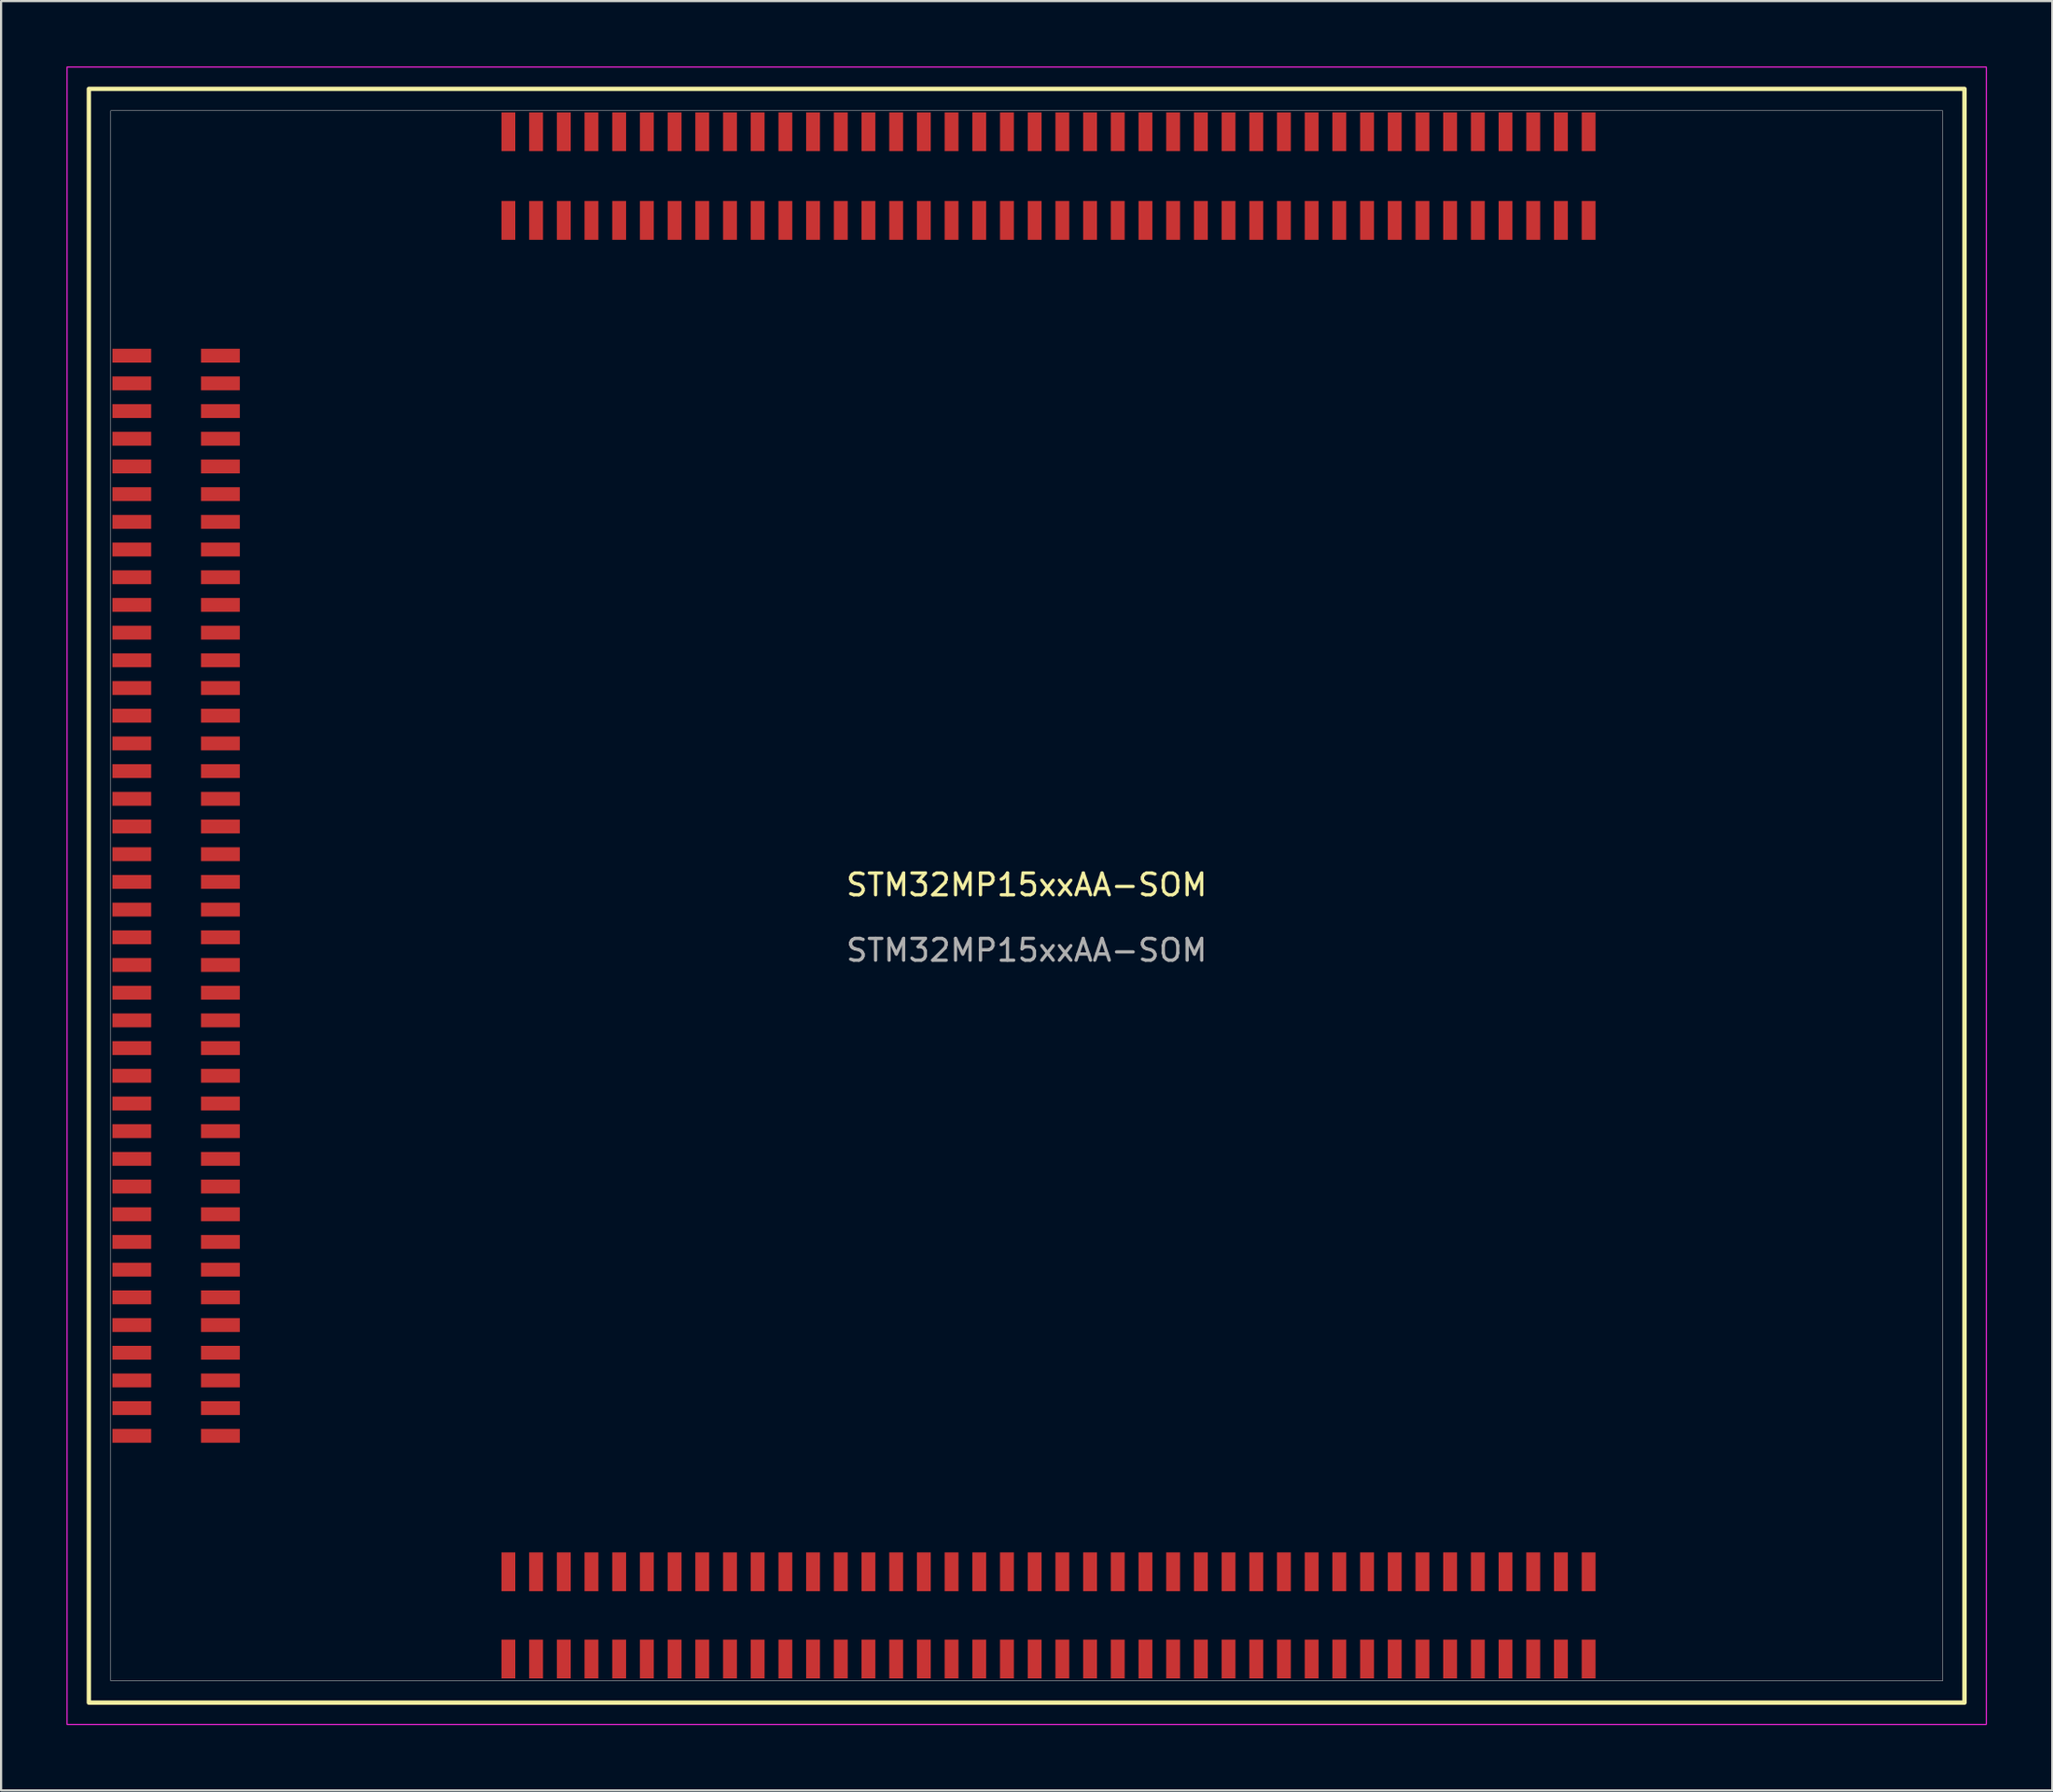
<source format=kicad_pcb>
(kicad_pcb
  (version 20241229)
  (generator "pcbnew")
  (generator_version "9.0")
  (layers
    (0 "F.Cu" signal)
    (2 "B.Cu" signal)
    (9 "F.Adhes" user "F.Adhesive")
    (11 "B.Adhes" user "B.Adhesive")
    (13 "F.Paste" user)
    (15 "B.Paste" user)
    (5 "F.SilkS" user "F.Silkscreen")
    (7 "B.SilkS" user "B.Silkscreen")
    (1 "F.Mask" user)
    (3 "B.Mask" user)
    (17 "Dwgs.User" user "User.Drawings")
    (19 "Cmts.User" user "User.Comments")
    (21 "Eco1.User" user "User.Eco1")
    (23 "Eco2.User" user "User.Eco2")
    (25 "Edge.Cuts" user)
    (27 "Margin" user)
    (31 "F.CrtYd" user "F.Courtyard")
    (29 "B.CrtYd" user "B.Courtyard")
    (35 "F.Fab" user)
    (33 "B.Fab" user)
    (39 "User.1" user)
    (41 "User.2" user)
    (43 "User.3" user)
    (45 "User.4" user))
  (footprint "STM32MP15xxAA-SOM"
    (layer "F.Cu")
    (at 44.025 38.025)
    (property "Reference" "STM32MP15xxAA-SOM" (at 0 -0.5 0) (unlocked yes) (layer "F.SilkS") (effects (font (size 1 1) (thickness 0.15))))
    (attr smd)
    (fp_rect (start -43 37) (end 43 -37) (stroke (width 0.2) (type solid)) (fill no) (layer "F.SilkS"))
    (fp_rect (start -44 38) (end 44 -38) (stroke (width 0.05) (type solid)) (fill no) (layer "F.CrtYd"))
    (fp_rect (start -42 36) (end 42 -36) (stroke (width 0.025) (type solid)) (fill no) (layer "F.Fab"))
    (fp_text user "${REFERENCE}" (at 0 2.5 0) (unlocked yes) (layer "F.Fab") (effects (font (size 1 1) (thickness 0.15))))
    (pad "A1" smd rect (at 25.765 -30.968) (size 0.635 1.778) (layers "F.Cu" "F.Mask" "F.Paste"))
    (pad "A2" smd rect (at 25.765 -35.032) (size 0.635 1.778) (layers "F.Cu" "F.Mask" "F.Paste"))
    (pad "A3" smd rect (at 24.495 -30.968) (size 0.635 1.778) (layers "F.Cu" "F.Mask" "F.Paste"))
    (pad "A4" smd rect (at 24.495 -35.032) (size 0.635 1.778) (layers "F.Cu" "F.Mask" "F.Paste"))
    (pad "A5" smd rect (at 23.225 -30.968) (size 0.635 1.778) (layers "F.Cu" "F.Mask" "F.Paste"))
    (pad "A6" smd rect (at 23.225 -35.032) (size 0.635 1.778) (layers "F.Cu" "F.Mask" "F.Paste"))
    (pad "A7" smd rect (at 21.955 -30.968) (size 0.635 1.778) (layers "F.Cu" "F.Mask" "F.Paste"))
    (pad "A8" smd rect (at 21.955 -35.032) (size 0.635 1.778) (layers "F.Cu" "F.Mask" "F.Paste"))
    (pad "A9" smd rect (at 20.685 -30.968) (size 0.635 1.778) (layers "F.Cu" "F.Mask" "F.Paste"))
    (pad "A10" smd rect (at 20.685 -35.032) (size 0.635 1.778) (layers "F.Cu" "F.Mask" "F.Paste"))
    (pad "A11" smd rect (at 19.415 -30.968) (size 0.635 1.778) (layers "F.Cu" "F.Mask" "F.Paste"))
    (pad "A12" smd rect (at 19.415 -35.032) (size 0.635 1.778) (layers "F.Cu" "F.Mask" "F.Paste"))
    (pad "A13" smd rect (at 18.145 -30.968) (size 0.635 1.778) (layers "F.Cu" "F.Mask" "F.Paste"))
    (pad "A14" smd rect (at 18.145 -35.032) (size 0.635 1.778) (layers "F.Cu" "F.Mask" "F.Paste"))
    (pad "A15" smd rect (at 16.875 -30.968) (size 0.635 1.778) (layers "F.Cu" "F.Mask" "F.Paste"))
    (pad "A16" smd rect (at 16.875 -35.032) (size 0.635 1.778) (layers "F.Cu" "F.Mask" "F.Paste"))
    (pad "A17" smd rect (at 15.605 -30.968) (size 0.635 1.778) (layers "F.Cu" "F.Mask" "F.Paste"))
    (pad "A18" smd rect (at 15.605 -35.032) (size 0.635 1.778) (layers "F.Cu" "F.Mask" "F.Paste"))
    (pad "A19" smd rect (at 14.335 -30.968) (size 0.635 1.778) (layers "F.Cu" "F.Mask" "F.Paste"))
    (pad "A20" smd rect (at 14.335 -35.032) (size 0.635 1.778) (layers "F.Cu" "F.Mask" "F.Paste"))
    (pad "A21" smd rect (at 13.065 -30.968) (size 0.635 1.778) (layers "F.Cu" "F.Mask" "F.Paste"))
    (pad "A22" smd rect (at 13.065 -35.032) (size 0.635 1.778) (layers "F.Cu" "F.Mask" "F.Paste"))
    (pad "A23" smd rect (at 11.795 -30.968) (size 0.635 1.778) (layers "F.Cu" "F.Mask" "F.Paste"))
    (pad "A24" smd rect (at 11.795 -35.032) (size 0.635 1.778) (layers "F.Cu" "F.Mask" "F.Paste"))
    (pad "A25" smd rect (at 10.525 -30.968) (size 0.635 1.778) (layers "F.Cu" "F.Mask" "F.Paste"))
    (pad "A26" smd rect (at 10.525 -35.032) (size 0.635 1.778) (layers "F.Cu" "F.Mask" "F.Paste"))
    (pad "A27" smd rect (at 9.255 -30.968) (size 0.635 1.778) (layers "F.Cu" "F.Mask" "F.Paste"))
    (pad "A28" smd rect (at 9.255 -35.032) (size 0.635 1.778) (layers "F.Cu" "F.Mask" "F.Paste"))
    (pad "A29" smd rect (at 7.985 -30.968) (size 0.635 1.778) (layers "F.Cu" "F.Mask" "F.Paste"))
    (pad "A30" smd rect (at 7.985 -35.032) (size 0.635 1.778) (layers "F.Cu" "F.Mask" "F.Paste"))
    (pad "A31" smd rect (at 6.715 -30.968) (size 0.635 1.778) (layers "F.Cu" "F.Mask" "F.Paste"))
    (pad "A32" smd rect (at 6.715 -35.032) (size 0.635 1.778) (layers "F.Cu" "F.Mask" "F.Paste"))
    (pad "A33" smd rect (at 5.445 -30.968) (size 0.635 1.778) (layers "F.Cu" "F.Mask" "F.Paste"))
    (pad "A34" smd rect (at 5.445 -35.032) (size 0.635 1.778) (layers "F.Cu" "F.Mask" "F.Paste"))
    (pad "A35" smd rect (at 4.175 -30.968) (size 0.635 1.778) (layers "F.Cu" "F.Mask" "F.Paste"))
    (pad "A36" smd rect (at 4.175 -35.032) (size 0.635 1.778) (layers "F.Cu" "F.Mask" "F.Paste"))
    (pad "A37" smd rect (at 2.905 -30.968) (size 0.635 1.778) (layers "F.Cu" "F.Mask" "F.Paste"))
    (pad "A38" smd rect (at 2.905 -35.032) (size 0.635 1.778) (layers "F.Cu" "F.Mask" "F.Paste"))
    (pad "A39" smd rect (at 1.635 -30.968) (size 0.635 1.778) (layers "F.Cu" "F.Mask" "F.Paste"))
    (pad "A40" smd rect (at 1.635 -35.032) (size 0.635 1.778) (layers "F.Cu" "F.Mask" "F.Paste"))
    (pad "A41" smd rect (at 0.365 -30.968) (size 0.635 1.778) (layers "F.Cu" "F.Mask" "F.Paste"))
    (pad "A42" smd rect (at 0.365 -35.032) (size 0.635 1.778) (layers "F.Cu" "F.Mask" "F.Paste"))
    (pad "A43" smd rect (at -0.905 -30.968) (size 0.635 1.778) (layers "F.Cu" "F.Mask" "F.Paste"))
    (pad "A44" smd rect (at -0.905 -35.032) (size 0.635 1.778) (layers "F.Cu" "F.Mask" "F.Paste"))
    (pad "A45" smd rect (at -2.175 -30.968) (size 0.635 1.778) (layers "F.Cu" "F.Mask" "F.Paste"))
    (pad "A46" smd rect (at -2.175 -35.032) (size 0.635 1.778) (layers "F.Cu" "F.Mask" "F.Paste"))
    (pad "A47" smd rect (at -3.445 -30.968) (size 0.635 1.778) (layers "F.Cu" "F.Mask" "F.Paste"))
    (pad "A48" smd rect (at -3.445 -35.032) (size 0.635 1.778) (layers "F.Cu" "F.Mask" "F.Paste"))
    (pad "A49" smd rect (at -4.715 -30.968) (size 0.635 1.778) (layers "F.Cu" "F.Mask" "F.Paste"))
    (pad "A50" smd rect (at -4.715 -35.032) (size 0.635 1.778) (layers "F.Cu" "F.Mask" "F.Paste"))
    (pad "A51" smd rect (at -5.985 -30.968) (size 0.635 1.778) (layers "F.Cu" "F.Mask" "F.Paste"))
    (pad "A52" smd rect (at -5.985 -35.032) (size 0.635 1.778) (layers "F.Cu" "F.Mask" "F.Paste"))
    (pad "A53" smd rect (at -7.255 -30.968) (size 0.635 1.778) (layers "F.Cu" "F.Mask" "F.Paste"))
    (pad "A54" smd rect (at -7.255 -35.032) (size 0.635 1.778) (layers "F.Cu" "F.Mask" "F.Paste"))
    (pad "A55" smd rect (at -8.525 -30.968) (size 0.635 1.778) (layers "F.Cu" "F.Mask" "F.Paste"))
    (pad "A56" smd rect (at -8.525 -35.032) (size 0.635 1.778) (layers "F.Cu" "F.Mask" "F.Paste"))
    (pad "A57" smd rect (at -9.795 -30.968) (size 0.635 1.778) (layers "F.Cu" "F.Mask" "F.Paste"))
    (pad "A58" smd rect (at -9.795 -35.032) (size 0.635 1.778) (layers "F.Cu" "F.Mask" "F.Paste"))
    (pad "A59" smd rect (at -11.065 -30.968) (size 0.635 1.778) (layers "F.Cu" "F.Mask" "F.Paste"))
    (pad "A60" smd rect (at -11.065 -35.032) (size 0.635 1.778) (layers "F.Cu" "F.Mask" "F.Paste"))
    (pad "A61" smd rect (at -12.335 -30.968) (size 0.635 1.778) (layers "F.Cu" "F.Mask" "F.Paste"))
    (pad "A62" smd rect (at -12.335 -35.032) (size 0.635 1.778) (layers "F.Cu" "F.Mask" "F.Paste"))
    (pad "A63" smd rect (at -13.605 -30.968) (size 0.635 1.778) (layers "F.Cu" "F.Mask" "F.Paste"))
    (pad "A64" smd rect (at -13.605 -35.032) (size 0.635 1.778) (layers "F.Cu" "F.Mask" "F.Paste"))
    (pad "A65" smd rect (at -14.875 -30.968) (size 0.635 1.778) (layers "F.Cu" "F.Mask" "F.Paste"))
    (pad "A66" smd rect (at -14.875 -35.032) (size 0.635 1.778) (layers "F.Cu" "F.Mask" "F.Paste"))
    (pad "A67" smd rect (at -16.145 -30.968) (size 0.635 1.778) (layers "F.Cu" "F.Mask" "F.Paste"))
    (pad "A68" smd rect (at -16.145 -35.032) (size 0.635 1.778) (layers "F.Cu" "F.Mask" "F.Paste"))
    (pad "A69" smd rect (at -17.415 -30.968) (size 0.635 1.778) (layers "F.Cu" "F.Mask" "F.Paste"))
    (pad "A70" smd rect (at -17.415 -35.032) (size 0.635 1.778) (layers "F.Cu" "F.Mask" "F.Paste"))
    (pad "A71" smd rect (at -18.685 -30.968) (size 0.635 1.778) (layers "F.Cu" "F.Mask" "F.Paste"))
    (pad "A72" smd rect (at -18.685 -35.032) (size 0.635 1.778) (layers "F.Cu" "F.Mask" "F.Paste"))
    (pad "A73" smd rect (at -19.955 -30.968) (size 0.635 1.778) (layers "F.Cu" "F.Mask" "F.Paste"))
    (pad "A74" smd rect (at -19.955 -35.032) (size 0.635 1.778) (layers "F.Cu" "F.Mask" "F.Paste"))
    (pad "A75" smd rect (at -21.225 -30.968) (size 0.635 1.778) (layers "F.Cu" "F.Mask" "F.Paste"))
    (pad "A76" smd rect (at -21.225 -35.032) (size 0.635 1.778) (layers "F.Cu" "F.Mask" "F.Paste"))
    (pad "A77" smd rect (at -22.495 -30.968) (size 0.635 1.778) (layers "F.Cu" "F.Mask" "F.Paste"))
    (pad "A78" smd rect (at -22.495 -35.032) (size 0.635 1.778) (layers "F.Cu" "F.Mask" "F.Paste"))
    (pad "A79" smd rect (at -23.765 -30.968) (size 0.635 1.778) (layers "F.Cu" "F.Mask" "F.Paste"))
    (pad "A80" smd rect (at -23.765 -35.032) (size 0.635 1.778) (layers "F.Cu" "F.Mask" "F.Paste"))
    (pad "B1" smd rect (at -36.968 -24.765) (size 1.778 0.635) (layers "F.Cu" "F.Mask" "F.Paste"))
    (pad "B2" smd rect (at -41.032 -24.765) (size 1.778 0.635) (layers "F.Cu" "F.Mask" "F.Paste"))
    (pad "B3" smd rect (at -36.968 -23.495) (size 1.778 0.635) (layers "F.Cu" "F.Mask" "F.Paste"))
    (pad "B4" smd rect (at -41.032 -23.495) (size 1.778 0.635) (layers "F.Cu" "F.Mask" "F.Paste"))
    (pad "B5" smd rect (at -36.968 -22.225) (size 1.778 0.635) (layers "F.Cu" "F.Mask" "F.Paste"))
    (pad "B6" smd rect (at -41.032 -22.225) (size 1.778 0.635) (layers "F.Cu" "F.Mask" "F.Paste"))
    (pad "B7" smd rect (at -36.968 -20.955) (size 1.778 0.635) (layers "F.Cu" "F.Mask" "F.Paste"))
    (pad "B8" smd rect (at -41.032 -20.955) (size 1.778 0.635) (layers "F.Cu" "F.Mask" "F.Paste"))
    (pad "B9" smd rect (at -36.968 -19.685) (size 1.778 0.635) (layers "F.Cu" "F.Mask" "F.Paste"))
    (pad "B10" smd rect (at -41.032 -19.685) (size 1.778 0.635) (layers "F.Cu" "F.Mask" "F.Paste"))
    (pad "B11" smd rect (at -36.968 -18.415) (size 1.778 0.635) (layers "F.Cu" "F.Mask" "F.Paste"))
    (pad "B12" smd rect (at -41.032 -18.415) (size 1.778 0.635) (layers "F.Cu" "F.Mask" "F.Paste"))
    (pad "B13" smd rect (at -36.968 -17.145) (size 1.778 0.635) (layers "F.Cu" "F.Mask" "F.Paste"))
    (pad "B14" smd rect (at -41.032 -17.145) (size 1.778 0.635) (layers "F.Cu" "F.Mask" "F.Paste"))
    (pad "B15" smd rect (at -36.968 -15.875) (size 1.778 0.635) (layers "F.Cu" "F.Mask" "F.Paste"))
    (pad "B16" smd rect (at -41.032 -15.875) (size 1.778 0.635) (layers "F.Cu" "F.Mask" "F.Paste"))
    (pad "B17" smd rect (at -36.968 -14.605) (size 1.778 0.635) (layers "F.Cu" "F.Mask" "F.Paste"))
    (pad "B18" smd rect (at -41.032 -14.605) (size 1.778 0.635) (layers "F.Cu" "F.Mask" "F.Paste"))
    (pad "B19" smd rect (at -36.968 -13.335) (size 1.778 0.635) (layers "F.Cu" "F.Mask" "F.Paste"))
    (pad "B20" smd rect (at -41.032 -13.335) (size 1.778 0.635) (layers "F.Cu" "F.Mask" "F.Paste"))
    (pad "B21" smd rect (at -36.968 -12.065) (size 1.778 0.635) (layers "F.Cu" "F.Mask" "F.Paste"))
    (pad "B22" smd rect (at -41.032 -12.065) (size 1.778 0.635) (layers "F.Cu" "F.Mask" "F.Paste"))
    (pad "B23" smd rect (at -36.968 -10.795) (size 1.778 0.635) (layers "F.Cu" "F.Mask" "F.Paste"))
    (pad "B24" smd rect (at -41.032 -10.795) (size 1.778 0.635) (layers "F.Cu" "F.Mask" "F.Paste"))
    (pad "B25" smd rect (at -36.968 -9.525) (size 1.778 0.635) (layers "F.Cu" "F.Mask" "F.Paste"))
    (pad "B26" smd rect (at -41.032 -9.525) (size 1.778 0.635) (layers "F.Cu" "F.Mask" "F.Paste"))
    (pad "B27" smd rect (at -36.968 -8.255) (size 1.778 0.635) (layers "F.Cu" "F.Mask" "F.Paste"))
    (pad "B28" smd rect (at -41.032 -8.255) (size 1.778 0.635) (layers "F.Cu" "F.Mask" "F.Paste"))
    (pad "B29" smd rect (at -36.968 -6.985) (size 1.778 0.635) (layers "F.Cu" "F.Mask" "F.Paste"))
    (pad "B30" smd rect (at -41.032 -6.985) (size 1.778 0.635) (layers "F.Cu" "F.Mask" "F.Paste"))
    (pad "B31" smd rect (at -36.968 -5.715) (size 1.778 0.635) (layers "F.Cu" "F.Mask" "F.Paste"))
    (pad "B32" smd rect (at -41.032 -5.715) (size 1.778 0.635) (layers "F.Cu" "F.Mask" "F.Paste"))
    (pad "B33" smd rect (at -36.968 -4.445) (size 1.778 0.635) (layers "F.Cu" "F.Mask" "F.Paste"))
    (pad "B34" smd rect (at -41.032 -4.445) (size 1.778 0.635) (layers "F.Cu" "F.Mask" "F.Paste"))
    (pad "B35" smd rect (at -36.968 -3.175) (size 1.778 0.635) (layers "F.Cu" "F.Mask" "F.Paste"))
    (pad "B36" smd rect (at -41.032 -3.175) (size 1.778 0.635) (layers "F.Cu" "F.Mask" "F.Paste"))
    (pad "B37" smd rect (at -36.968 -1.905) (size 1.778 0.635) (layers "F.Cu" "F.Mask" "F.Paste"))
    (pad "B38" smd rect (at -41.032 -1.905) (size 1.778 0.635) (layers "F.Cu" "F.Mask" "F.Paste"))
    (pad "B39" smd rect (at -36.968 -0.635) (size 1.778 0.635) (layers "F.Cu" "F.Mask" "F.Paste"))
    (pad "B40" smd rect (at -41.032 -0.635) (size 1.778 0.635) (layers "F.Cu" "F.Mask" "F.Paste"))
    (pad "B41" smd rect (at -36.968 0.635) (size 1.778 0.635) (layers "F.Cu" "F.Mask" "F.Paste"))
    (pad "B42" smd rect (at -41.032 0.635) (size 1.778 0.635) (layers "F.Cu" "F.Mask" "F.Paste"))
    (pad "B43" smd rect (at -36.968 1.905) (size 1.778 0.635) (layers "F.Cu" "F.Mask" "F.Paste"))
    (pad "B44" smd rect (at -41.032 1.905) (size 1.778 0.635) (layers "F.Cu" "F.Mask" "F.Paste"))
    (pad "B45" smd rect (at -36.968 3.175) (size 1.778 0.635) (layers "F.Cu" "F.Mask" "F.Paste"))
    (pad "B46" smd rect (at -41.032 3.175) (size 1.778 0.635) (layers "F.Cu" "F.Mask" "F.Paste"))
    (pad "B47" smd rect (at -36.968 4.445) (size 1.778 0.635) (layers "F.Cu" "F.Mask" "F.Paste"))
    (pad "B48" smd rect (at -41.032 4.445) (size 1.778 0.635) (layers "F.Cu" "F.Mask" "F.Paste"))
    (pad "B49" smd rect (at -36.968 5.715) (size 1.778 0.635) (layers "F.Cu" "F.Mask" "F.Paste"))
    (pad "B50" smd rect (at -41.032 5.715) (size 1.778 0.635) (layers "F.Cu" "F.Mask" "F.Paste"))
    (pad "B51" smd rect (at -36.968 6.985) (size 1.778 0.635) (layers "F.Cu" "F.Mask" "F.Paste"))
    (pad "B52" smd rect (at -41.032 6.985) (size 1.778 0.635) (layers "F.Cu" "F.Mask" "F.Paste"))
    (pad "B53" smd rect (at -36.968 8.255) (size 1.778 0.635) (layers "F.Cu" "F.Mask" "F.Paste"))
    (pad "B54" smd rect (at -41.032 8.255) (size 1.778 0.635) (layers "F.Cu" "F.Mask" "F.Paste"))
    (pad "B55" smd rect (at -36.968 9.525) (size 1.778 0.635) (layers "F.Cu" "F.Mask" "F.Paste"))
    (pad "B56" smd rect (at -41.032 9.525) (size 1.778 0.635) (layers "F.Cu" "F.Mask" "F.Paste"))
    (pad "B57" smd rect (at -36.968 10.795) (size 1.778 0.635) (layers "F.Cu" "F.Mask" "F.Paste"))
    (pad "B58" smd rect (at -41.032 10.795) (size 1.778 0.635) (layers "F.Cu" "F.Mask" "F.Paste"))
    (pad "B59" smd rect (at -36.968 12.065) (size 1.778 0.635) (layers "F.Cu" "F.Mask" "F.Paste"))
    (pad "B60" smd rect (at -41.032 12.065) (size 1.778 0.635) (layers "F.Cu" "F.Mask" "F.Paste"))
    (pad "B61" smd rect (at -36.968 13.335) (size 1.778 0.635) (layers "F.Cu" "F.Mask" "F.Paste"))
    (pad "B62" smd rect (at -41.032 13.335) (size 1.778 0.635) (layers "F.Cu" "F.Mask" "F.Paste"))
    (pad "B63" smd rect (at -36.968 14.605) (size 1.778 0.635) (layers "F.Cu" "F.Mask" "F.Paste"))
    (pad "B64" smd rect (at -41.032 14.605) (size 1.778 0.635) (layers "F.Cu" "F.Mask" "F.Paste"))
    (pad "B65" smd rect (at -36.968 15.875) (size 1.778 0.635) (layers "F.Cu" "F.Mask" "F.Paste"))
    (pad "B66" smd rect (at -41.032 15.875) (size 1.778 0.635) (layers "F.Cu" "F.Mask" "F.Paste"))
    (pad "B67" smd rect (at -36.968 17.145) (size 1.778 0.635) (layers "F.Cu" "F.Mask" "F.Paste"))
    (pad "B68" smd rect (at -41.032 17.145) (size 1.778 0.635) (layers "F.Cu" "F.Mask" "F.Paste"))
    (pad "B69" smd rect (at -36.968 18.415) (size 1.778 0.635) (layers "F.Cu" "F.Mask" "F.Paste"))
    (pad "B70" smd rect (at -41.032 18.415) (size 1.778 0.635) (layers "F.Cu" "F.Mask" "F.Paste"))
    (pad "B71" smd rect (at -36.968 19.685) (size 1.778 0.635) (layers "F.Cu" "F.Mask" "F.Paste"))
    (pad "B72" smd rect (at -41.032 19.685) (size 1.778 0.635) (layers "F.Cu" "F.Mask" "F.Paste"))
    (pad "B73" smd rect (at -36.968 20.955) (size 1.778 0.635) (layers "F.Cu" "F.Mask" "F.Paste"))
    (pad "B74" smd rect (at -41.032 20.955) (size 1.778 0.635) (layers "F.Cu" "F.Mask" "F.Paste"))
    (pad "B75" smd rect (at -36.968 22.225) (size 1.778 0.635) (layers "F.Cu" "F.Mask" "F.Paste"))
    (pad "B76" smd rect (at -41.032 22.225) (size 1.778 0.635) (layers "F.Cu" "F.Mask" "F.Paste"))
    (pad "B77" smd rect (at -36.968 23.495) (size 1.778 0.635) (layers "F.Cu" "F.Mask" "F.Paste"))
    (pad "B78" smd rect (at -41.032 23.495) (size 1.778 0.635) (layers "F.Cu" "F.Mask" "F.Paste"))
    (pad "B79" smd rect (at -36.968 24.765) (size 1.778 0.635) (layers "F.Cu" "F.Mask" "F.Paste"))
    (pad "B80" smd rect (at -41.032 24.765) (size 1.778 0.635) (layers "F.Cu" "F.Mask" "F.Paste"))
    (pad "C1" smd rect (at -23.765 31) (size 0.635 1.778) (layers "F.Cu" "F.Mask" "F.Paste"))
    (pad "C2" smd rect (at -23.765 35) (size 0.635 1.778) (layers "F.Cu" "F.Mask" "F.Paste"))
    (pad "C3" smd rect (at -22.495 31) (size 0.635 1.778) (layers "F.Cu" "F.Mask" "F.Paste"))
    (pad "C4" smd rect (at -22.495 35) (size 0.635 1.778) (layers "F.Cu" "F.Mask" "F.Paste"))
    (pad "C5" smd rect (at -21.225 31) (size 0.635 1.778) (layers "F.Cu" "F.Mask" "F.Paste"))
    (pad "C6" smd rect (at -21.225 35) (size 0.635 1.778) (layers "F.Cu" "F.Mask" "F.Paste"))
    (pad "C7" smd rect (at -19.955 31) (size 0.635 1.778) (layers "F.Cu" "F.Mask" "F.Paste"))
    (pad "C8" smd rect (at -19.955 35) (size 0.635 1.778) (layers "F.Cu" "F.Mask" "F.Paste"))
    (pad "C9" smd rect (at -18.685 31) (size 0.635 1.778) (layers "F.Cu" "F.Mask" "F.Paste"))
    (pad "C10" smd rect (at -18.685 35) (size 0.635 1.778) (layers "F.Cu" "F.Mask" "F.Paste"))
    (pad "C11" smd rect (at -17.415 31) (size 0.635 1.778) (layers "F.Cu" "F.Mask" "F.Paste"))
    (pad "C12" smd rect (at -17.415 35) (size 0.635 1.778) (layers "F.Cu" "F.Mask" "F.Paste"))
    (pad "C13" smd rect (at -16.145 31) (size 0.635 1.778) (layers "F.Cu" "F.Mask" "F.Paste"))
    (pad "C14" smd rect (at -16.145 35) (size 0.635 1.778) (layers "F.Cu" "F.Mask" "F.Paste"))
    (pad "C15" smd rect (at -14.875 31) (size 0.635 1.778) (layers "F.Cu" "F.Mask" "F.Paste"))
    (pad "C16" smd rect (at -14.875 35) (size 0.635 1.778) (layers "F.Cu" "F.Mask" "F.Paste"))
    (pad "C17" smd rect (at -13.605 31) (size 0.635 1.778) (layers "F.Cu" "F.Mask" "F.Paste"))
    (pad "C18" smd rect (at -13.605 35) (size 0.635 1.778) (layers "F.Cu" "F.Mask" "F.Paste"))
    (pad "C19" smd rect (at -12.335 31) (size 0.635 1.778) (layers "F.Cu" "F.Mask" "F.Paste"))
    (pad "C20" smd rect (at -12.335 35) (size 0.635 1.778) (layers "F.Cu" "F.Mask" "F.Paste"))
    (pad "C21" smd rect (at -11.065 31) (size 0.635 1.778) (layers "F.Cu" "F.Mask" "F.Paste"))
    (pad "C22" smd rect (at -11.065 35) (size 0.635 1.778) (layers "F.Cu" "F.Mask" "F.Paste"))
    (pad "C23" smd rect (at -9.795 31) (size 0.635 1.778) (layers "F.Cu" "F.Mask" "F.Paste"))
    (pad "C24" smd rect (at -9.795 35) (size 0.635 1.778) (layers "F.Cu" "F.Mask" "F.Paste"))
    (pad "C25" smd rect (at -8.525 31) (size 0.635 1.778) (layers "F.Cu" "F.Mask" "F.Paste"))
    (pad "C26" smd rect (at -8.525 35) (size 0.635 1.778) (layers "F.Cu" "F.Mask" "F.Paste"))
    (pad "C27" smd rect (at -7.255 31) (size 0.635 1.778) (layers "F.Cu" "F.Mask" "F.Paste"))
    (pad "C28" smd rect (at -7.255 35) (size 0.635 1.778) (layers "F.Cu" "F.Mask" "F.Paste"))
    (pad "C29" smd rect (at -5.985 31) (size 0.635 1.778) (layers "F.Cu" "F.Mask" "F.Paste"))
    (pad "C30" smd rect (at -5.985 35) (size 0.635 1.778) (layers "F.Cu" "F.Mask" "F.Paste"))
    (pad "C31" smd rect (at -4.715 31) (size 0.635 1.778) (layers "F.Cu" "F.Mask" "F.Paste"))
    (pad "C32" smd rect (at -4.715 35) (size 0.635 1.778) (layers "F.Cu" "F.Mask" "F.Paste"))
    (pad "C33" smd rect (at -3.445 31) (size 0.635 1.778) (layers "F.Cu" "F.Mask" "F.Paste"))
    (pad "C34" smd rect (at -3.445 35) (size 0.635 1.778) (layers "F.Cu" "F.Mask" "F.Paste"))
    (pad "C35" smd rect (at -2.175 31) (size 0.635 1.778) (layers "F.Cu" "F.Mask" "F.Paste"))
    (pad "C36" smd rect (at -2.175 35) (size 0.635 1.778) (layers "F.Cu" "F.Mask" "F.Paste"))
    (pad "C37" smd rect (at -0.905 31) (size 0.635 1.778) (layers "F.Cu" "F.Mask" "F.Paste"))
    (pad "C38" smd rect (at -0.905 35) (size 0.635 1.778) (layers "F.Cu" "F.Mask" "F.Paste"))
    (pad "C39" smd rect (at 0.365 31) (size 0.635 1.778) (layers "F.Cu" "F.Mask" "F.Paste"))
    (pad "C40" smd rect (at 0.365 35) (size 0.635 1.778) (layers "F.Cu" "F.Mask" "F.Paste"))
    (pad "C41" smd rect (at 1.635 31) (size 0.635 1.778) (layers "F.Cu" "F.Mask" "F.Paste"))
    (pad "C42" smd rect (at 1.635 35) (size 0.635 1.778) (layers "F.Cu" "F.Mask" "F.Paste"))
    (pad "C43" smd rect (at 2.905 31) (size 0.635 1.778) (layers "F.Cu" "F.Mask" "F.Paste"))
    (pad "C44" smd rect (at 2.905 35) (size 0.635 1.778) (layers "F.Cu" "F.Mask" "F.Paste"))
    (pad "C45" smd rect (at 4.175 31) (size 0.635 1.778) (layers "F.Cu" "F.Mask" "F.Paste"))
    (pad "C46" smd rect (at 4.175 35) (size 0.635 1.778) (layers "F.Cu" "F.Mask" "F.Paste"))
    (pad "C47" smd rect (at 5.445 31) (size 0.635 1.778) (layers "F.Cu" "F.Mask" "F.Paste"))
    (pad "C48" smd rect (at 5.445 35) (size 0.635 1.778) (layers "F.Cu" "F.Mask" "F.Paste"))
    (pad "C49" smd rect (at 6.715 31) (size 0.635 1.778) (layers "F.Cu" "F.Mask" "F.Paste"))
    (pad "C50" smd rect (at 6.715 35) (size 0.635 1.778) (layers "F.Cu" "F.Mask" "F.Paste"))
    (pad "C51" smd rect (at 7.985 31) (size 0.635 1.778) (layers "F.Cu" "F.Mask" "F.Paste"))
    (pad "C52" smd rect (at 7.985 35) (size 0.635 1.778) (layers "F.Cu" "F.Mask" "F.Paste"))
    (pad "C53" smd rect (at 9.255 31) (size 0.635 1.778) (layers "F.Cu" "F.Mask" "F.Paste"))
    (pad "C54" smd rect (at 9.255 35) (size 0.635 1.778) (layers "F.Cu" "F.Mask" "F.Paste"))
    (pad "C55" smd rect (at 10.525 31) (size 0.635 1.778) (layers "F.Cu" "F.Mask" "F.Paste"))
    (pad "C56" smd rect (at 10.525 35) (size 0.635 1.778) (layers "F.Cu" "F.Mask" "F.Paste"))
    (pad "C57" smd rect (at 11.795 31) (size 0.635 1.778) (layers "F.Cu" "F.Mask" "F.Paste"))
    (pad "C58" smd rect (at 11.795 35) (size 0.635 1.778) (layers "F.Cu" "F.Mask" "F.Paste"))
    (pad "C59" smd rect (at 13.065 31) (size 0.635 1.778) (layers "F.Cu" "F.Mask" "F.Paste"))
    (pad "C60" smd rect (at 13.065 35) (size 0.635 1.778) (layers "F.Cu" "F.Mask" "F.Paste"))
    (pad "C61" smd rect (at 14.335 31) (size 0.635 1.778) (layers "F.Cu" "F.Mask" "F.Paste"))
    (pad "C62" smd rect (at 14.335 35) (size 0.635 1.778) (layers "F.Cu" "F.Mask" "F.Paste"))
    (pad "C63" smd rect (at 15.605 31) (size 0.635 1.778) (layers "F.Cu" "F.Mask" "F.Paste"))
    (pad "C64" smd rect (at 15.605 35) (size 0.635 1.778) (layers "F.Cu" "F.Mask" "F.Paste"))
    (pad "C65" smd rect (at 16.875 31) (size 0.635 1.778) (layers "F.Cu" "F.Mask" "F.Paste"))
    (pad "C66" smd rect (at 16.875 35) (size 0.635 1.778) (layers "F.Cu" "F.Mask" "F.Paste"))
    (pad "C67" smd rect (at 18.145 31) (size 0.635 1.778) (layers "F.Cu" "F.Mask" "F.Paste"))
    (pad "C68" smd rect (at 18.145 35) (size 0.635 1.778) (layers "F.Cu" "F.Mask" "F.Paste"))
    (pad "C69" smd rect (at 19.415 31) (size 0.635 1.778) (layers "F.Cu" "F.Mask" "F.Paste"))
    (pad "C70" smd rect (at 19.415 35) (size 0.635 1.778) (layers "F.Cu" "F.Mask" "F.Paste"))
    (pad "C71" smd rect (at 20.685 31) (size 0.635 1.778) (layers "F.Cu" "F.Mask" "F.Paste"))
    (pad "C72" smd rect (at 20.685 35) (size 0.635 1.778) (layers "F.Cu" "F.Mask" "F.Paste"))
    (pad "C73" smd rect (at 21.955 31) (size 0.635 1.778) (layers "F.Cu" "F.Mask" "F.Paste"))
    (pad "C74" smd rect (at 21.955 35) (size 0.635 1.778) (layers "F.Cu" "F.Mask" "F.Paste"))
    (pad "C75" smd rect (at 23.225 31) (size 0.635 1.778) (layers "F.Cu" "F.Mask" "F.Paste"))
    (pad "C76" smd rect (at 23.225 35) (size 0.635 1.778) (layers "F.Cu" "F.Mask" "F.Paste"))
    (pad "C77" smd rect (at 24.495 31) (size 0.635 1.778) (layers "F.Cu" "F.Mask" "F.Paste"))
    (pad "C78" smd rect (at 24.495 35) (size 0.635 1.778) (layers "F.Cu" "F.Mask" "F.Paste"))
    (pad "C79" smd rect (at 25.765 31) (size 0.635 1.778) (layers "F.Cu" "F.Mask" "F.Paste"))
    (pad "C80" smd rect (at 25.765 35) (size 0.635 1.778) (layers "F.Cu" "F.Mask" "F.Paste")))
  (gr_rect
    (start -3 -3)
    (end 91.05 79.05)
    (stroke (width 0.1) (type default))
    (fill no)
    (layer "Edge.Cuts")))
</source>
